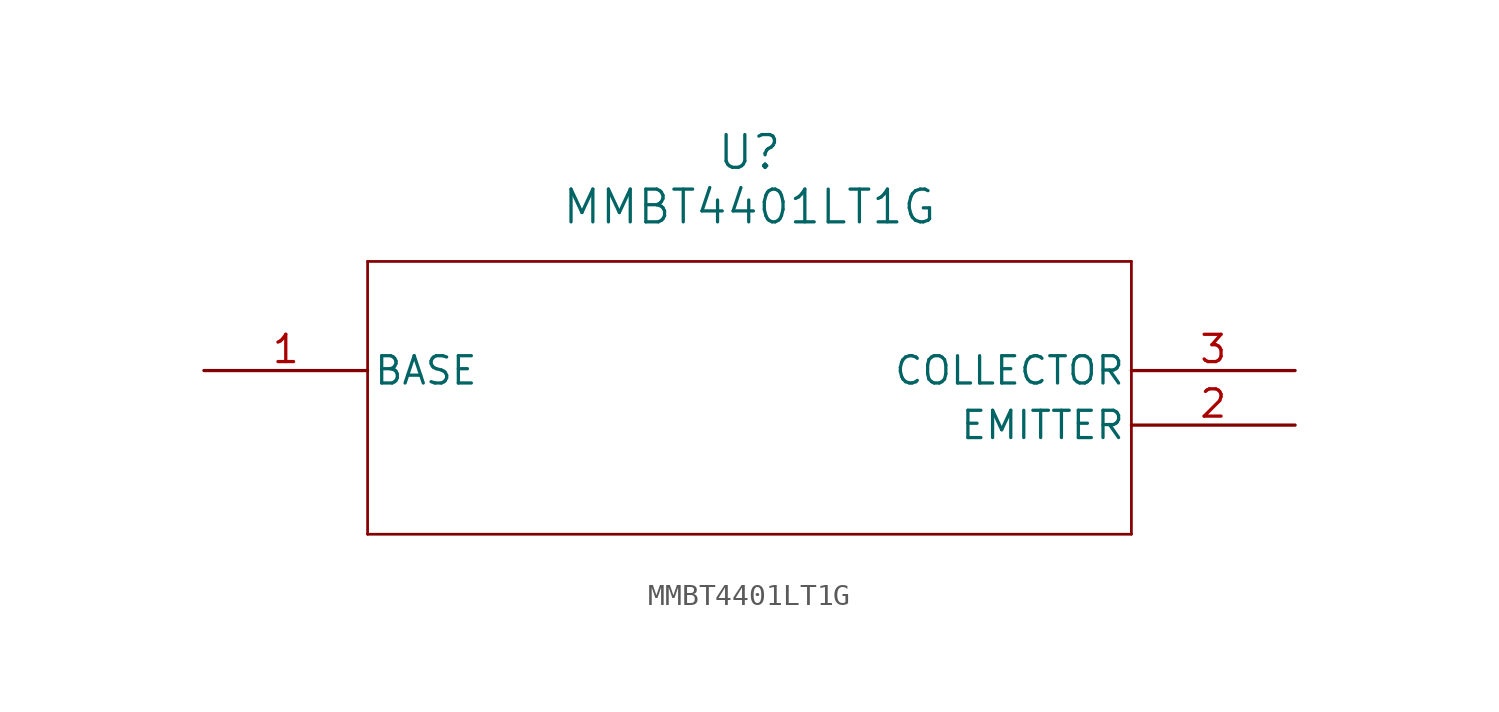
<source format=kicad_sym>
(kicad_symbol_lib
  (version 20211014)
  (generator kicad_symbol_editor)
  (symbol "MMBT4401LT1G"
    (pin_names
      (offset 0.254))
    (property "Reference" "U"
      (at 25.4 10.16 0)
      (effects (font (size 1.524 1.524))))
    (property "Value" "MMBT4401LT1G"
      (at 25.4 7.62 0)
      (effects (font (size 1.524 1.524))))
    (symbol "MMBT4401LT1G_0_1"
      (polyline (pts (xy 7.62 5.08) (xy 7.62 -7.62)) (stroke (width 0.127) (type default) (color 0 0 0 0)) (fill (type none)))
      (polyline (pts (xy 7.62 -7.62) (xy 43.18 -7.62)) (stroke (width 0.127) (type default) (color 0 0 0 0)) (fill (type none)))
      (polyline (pts (xy 43.18 -7.62) (xy 43.18 5.08)) (stroke (width 0.127) (type default) (color 0 0 0 0)) (fill (type none)))
      (polyline (pts (xy 43.18 5.08) (xy 7.62 5.08)) (stroke (width 0.127) (type default) (color 0 0 0 0)) (fill (type none)))
      (pin unspecified line (at 0 0 0) (length 7.62) (name "BASE" (effects (font (size 1.27 1.27)))) (number "1" (effects (font (size 1.27 1.27)))))
      (pin unspecified line (at 50.8 -2.54 180) (length 7.62) (name "EMITTER" (effects (font (size 1.27 1.27)))) (number "2" (effects (font (size 1.27 1.27)))))
      (pin unspecified line (at 50.8 0 180) (length 7.62) (name "COLLECTOR" (effects (font (size 1.27 1.27)))) (number "3" (effects (font (size 1.27 1.27))))))))
</source>
